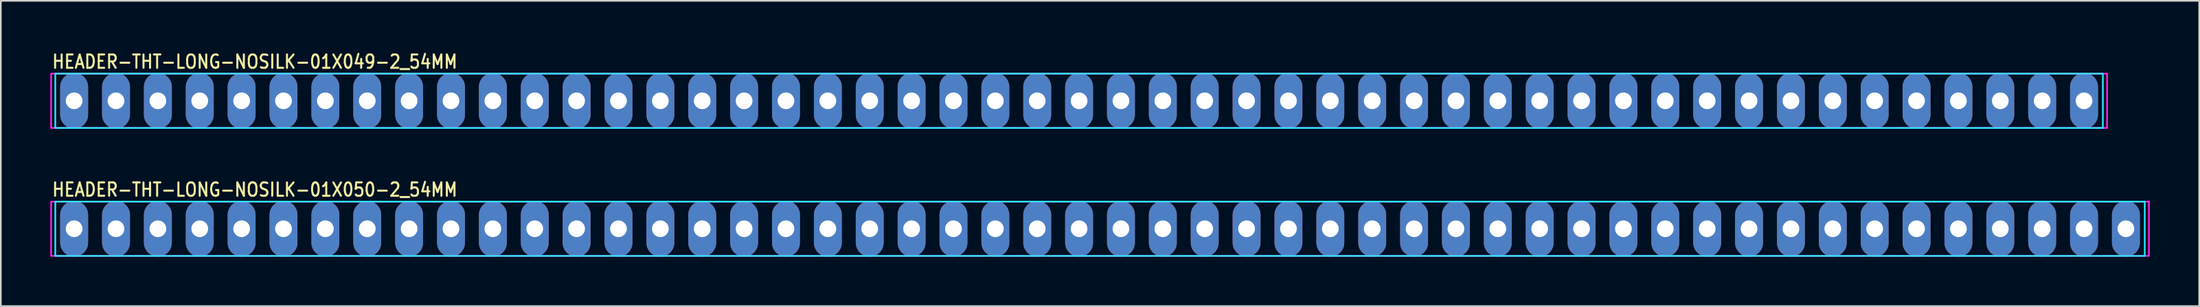
<source format=kicad_pcb>
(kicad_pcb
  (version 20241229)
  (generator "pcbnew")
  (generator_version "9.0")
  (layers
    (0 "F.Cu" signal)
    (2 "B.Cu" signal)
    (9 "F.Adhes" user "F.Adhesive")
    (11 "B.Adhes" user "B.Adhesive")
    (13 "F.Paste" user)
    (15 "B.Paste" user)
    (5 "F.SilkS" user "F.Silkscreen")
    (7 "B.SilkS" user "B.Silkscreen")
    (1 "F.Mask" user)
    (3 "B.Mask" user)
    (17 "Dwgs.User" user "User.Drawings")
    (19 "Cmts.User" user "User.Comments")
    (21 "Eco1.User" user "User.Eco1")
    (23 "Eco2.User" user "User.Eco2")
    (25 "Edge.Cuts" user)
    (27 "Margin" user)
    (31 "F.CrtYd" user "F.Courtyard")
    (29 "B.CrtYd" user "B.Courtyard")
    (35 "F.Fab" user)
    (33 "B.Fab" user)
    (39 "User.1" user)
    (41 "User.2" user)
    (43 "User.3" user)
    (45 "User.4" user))
  (footprint "HEADER-THT-LONG-NOSILK-01X049-2_54MM"
    (layer "F.Cu")
    (at 1.447 3.079)
    (property "Reference" "HEADER-THT-LONG-NOSILK-01X049-2_54MM" (at -1.4 -1.9 0) (unlocked yes) (layer "F.SilkS") (effects (font (size 0.813 0.695) (thickness 0.122)) (justify left bottom)))
    (fp_poly (pts (xy -1.143 -1.651) (xy 123.063 -1.651) (xy 123.063 1.651) (xy -1.143 1.651)) (stroke (width 0.1) (type solid)) (fill no) (layer "B.CrtYd"))
    (fp_poly (pts (xy -1.397 -1.651) (xy 123.317 -1.651) (xy 123.317 1.651) (xy -1.397 1.651)) (stroke (width 0.1) (type solid)) (fill no) (layer "F.CrtYd"))
    (pad "1" thru_hole oval (at 0 0 90) (size 3.387 1.693) (drill 1.016) (layers "*.Cu" "*.Mask"))
    (pad "2" thru_hole oval (at 2.54 0 90) (size 3.387 1.693) (drill 1.016) (layers "*.Cu" "*.Mask"))
    (pad "3" thru_hole oval (at 5.08 0 90) (size 3.387 1.693) (drill 1.016) (layers "*.Cu" "*.Mask"))
    (pad "4" thru_hole oval (at 7.62 0 90) (size 3.387 1.693) (drill 1.016) (layers "*.Cu" "*.Mask"))
    (pad "5" thru_hole oval (at 10.16 0 90) (size 3.387 1.693) (drill 1.016) (layers "*.Cu" "*.Mask"))
    (pad "6" thru_hole oval (at 12.7 0 90) (size 3.387 1.693) (drill 1.016) (layers "*.Cu" "*.Mask"))
    (pad "7" thru_hole oval (at 15.24 0 90) (size 3.387 1.693) (drill 1.016) (layers "*.Cu" "*.Mask"))
    (pad "8" thru_hole oval (at 17.78 0 90) (size 3.387 1.693) (drill 1.016) (layers "*.Cu" "*.Mask"))
    (pad "9" thru_hole oval (at 20.32 0 90) (size 3.387 1.693) (drill 1.016) (layers "*.Cu" "*.Mask"))
    (pad "10" thru_hole oval (at 22.86 0 90) (size 3.387 1.693) (drill 1.016) (layers "*.Cu" "*.Mask"))
    (pad "11" thru_hole oval (at 25.4 0 90) (size 3.387 1.693) (drill 1.016) (layers "*.Cu" "*.Mask"))
    (pad "12" thru_hole oval (at 27.94 0 90) (size 3.387 1.693) (drill 1.016) (layers "*.Cu" "*.Mask"))
    (pad "13" thru_hole oval (at 30.48 0 90) (size 3.387 1.693) (drill 1.016) (layers "*.Cu" "*.Mask"))
    (pad "14" thru_hole oval (at 33.02 0 90) (size 3.387 1.693) (drill 1.016) (layers "*.Cu" "*.Mask"))
    (pad "15" thru_hole oval (at 35.56 0 90) (size 3.387 1.693) (drill 1.016) (layers "*.Cu" "*.Mask"))
    (pad "16" thru_hole oval (at 38.1 0 90) (size 3.387 1.693) (drill 1.016) (layers "*.Cu" "*.Mask"))
    (pad "17" thru_hole oval (at 40.64 0 90) (size 3.387 1.693) (drill 1.016) (layers "*.Cu" "*.Mask"))
    (pad "18" thru_hole oval (at 43.18 0 90) (size 3.387 1.693) (drill 1.016) (layers "*.Cu" "*.Mask"))
    (pad "19" thru_hole oval (at 45.72 0 90) (size 3.387 1.693) (drill 1.016) (layers "*.Cu" "*.Mask"))
    (pad "20" thru_hole oval (at 48.26 0 90) (size 3.387 1.693) (drill 1.016) (layers "*.Cu" "*.Mask"))
    (pad "21" thru_hole oval (at 50.8 0 90) (size 3.387 1.693) (drill 1.016) (layers "*.Cu" "*.Mask"))
    (pad "22" thru_hole oval (at 53.34 0 90) (size 3.387 1.693) (drill 1.016) (layers "*.Cu" "*.Mask"))
    (pad "23" thru_hole oval (at 55.88 0 90) (size 3.387 1.693) (drill 1.016) (layers "*.Cu" "*.Mask"))
    (pad "24" thru_hole oval (at 58.42 0 90) (size 3.387 1.693) (drill 1.016) (layers "*.Cu" "*.Mask"))
    (pad "25" thru_hole oval (at 60.96 0 90) (size 3.387 1.693) (drill 1.016) (layers "*.Cu" "*.Mask"))
    (pad "26" thru_hole oval (at 63.5 0 90) (size 3.387 1.693) (drill 1.016) (layers "*.Cu" "*.Mask"))
    (pad "27" thru_hole oval (at 66.04 0 90) (size 3.387 1.693) (drill 1.016) (layers "*.Cu" "*.Mask"))
    (pad "28" thru_hole oval (at 68.58 0 90) (size 3.387 1.693) (drill 1.016) (layers "*.Cu" "*.Mask"))
    (pad "29" thru_hole oval (at 71.12 0 90) (size 3.387 1.693) (drill 1.016) (layers "*.Cu" "*.Mask"))
    (pad "30" thru_hole oval (at 73.66 0 90) (size 3.387 1.693) (drill 1.016) (layers "*.Cu" "*.Mask"))
    (pad "31" thru_hole oval (at 76.2 0 90) (size 3.387 1.693) (drill 1.016) (layers "*.Cu" "*.Mask"))
    (pad "32" thru_hole oval (at 78.74 0 90) (size 3.387 1.693) (drill 1.016) (layers "*.Cu" "*.Mask"))
    (pad "33" thru_hole oval (at 81.28 0 90) (size 3.387 1.693) (drill 1.016) (layers "*.Cu" "*.Mask"))
    (pad "34" thru_hole oval (at 83.82 0 90) (size 3.387 1.693) (drill 1.016) (layers "*.Cu" "*.Mask"))
    (pad "35" thru_hole oval (at 86.36 0 90) (size 3.387 1.693) (drill 1.016) (layers "*.Cu" "*.Mask"))
    (pad "36" thru_hole oval (at 88.9 0 90) (size 3.387 1.693) (drill 1.016) (layers "*.Cu" "*.Mask"))
    (pad "37" thru_hole oval (at 91.44 0 90) (size 3.387 1.693) (drill 1.016) (layers "*.Cu" "*.Mask"))
    (pad "38" thru_hole oval (at 93.98 0 90) (size 3.387 1.693) (drill 1.016) (layers "*.Cu" "*.Mask"))
    (pad "39" thru_hole oval (at 96.52 0 90) (size 3.387 1.693) (drill 1.016) (layers "*.Cu" "*.Mask"))
    (pad "40" thru_hole oval (at 99.06 0 90) (size 3.387 1.693) (drill 1.016) (layers "*.Cu" "*.Mask"))
    (pad "41" thru_hole oval (at 101.6 0 90) (size 3.387 1.693) (drill 1.016) (layers "*.Cu" "*.Mask"))
    (pad "42" thru_hole oval (at 104.14 0 90) (size 3.387 1.693) (drill 1.016) (layers "*.Cu" "*.Mask"))
    (pad "43" thru_hole oval (at 106.68 0 90) (size 3.387 1.693) (drill 1.016) (layers "*.Cu" "*.Mask"))
    (pad "44" thru_hole oval (at 109.22 0 90) (size 3.387 1.693) (drill 1.016) (layers "*.Cu" "*.Mask"))
    (pad "45" thru_hole oval (at 111.76 0 90) (size 3.387 1.693) (drill 1.016) (layers "*.Cu" "*.Mask"))
    (pad "46" thru_hole oval (at 114.3 0 90) (size 3.387 1.693) (drill 1.016) (layers "*.Cu" "*.Mask"))
    (pad "47" thru_hole oval (at 116.84 0 90) (size 3.387 1.693) (drill 1.016) (layers "*.Cu" "*.Mask"))
    (pad "48" thru_hole oval (at 119.38 0 90) (size 3.387 1.693) (drill 1.016) (layers "*.Cu" "*.Mask"))
    (pad "49" thru_hole oval (at 121.92 0 90) (size 3.387 1.693) (drill 1.016) (layers "*.Cu" "*.Mask")))
  (footprint "HEADER-THT-LONG-NOSILK-01X050-2_54MM"
    (layer "F.Cu")
    (at 1.447 10.858)
    (property "Reference" "HEADER-THT-LONG-NOSILK-01X050-2_54MM" (at -1.4 -1.9 0) (unlocked yes) (layer "F.SilkS") (effects (font (size 0.813 0.695) (thickness 0.122)) (justify left bottom)))
    (fp_poly (pts (xy -1.143 -1.651) (xy 125.603 -1.651) (xy 125.603 1.651) (xy -1.143 1.651)) (stroke (width 0.1) (type solid)) (fill no) (layer "B.CrtYd"))
    (fp_poly (pts (xy -1.397 -1.651) (xy 125.857 -1.651) (xy 125.857 1.651) (xy -1.397 1.651)) (stroke (width 0.1) (type solid)) (fill no) (layer "F.CrtYd"))
    (pad "1" thru_hole oval (at 0 0 90) (size 3.387 1.693) (drill 1.016) (layers "*.Cu" "*.Mask"))
    (pad "2" thru_hole oval (at 2.54 0 90) (size 3.387 1.693) (drill 1.016) (layers "*.Cu" "*.Mask"))
    (pad "3" thru_hole oval (at 5.08 0 90) (size 3.387 1.693) (drill 1.016) (layers "*.Cu" "*.Mask"))
    (pad "4" thru_hole oval (at 7.62 0 90) (size 3.387 1.693) (drill 1.016) (layers "*.Cu" "*.Mask"))
    (pad "5" thru_hole oval (at 10.16 0 90) (size 3.387 1.693) (drill 1.016) (layers "*.Cu" "*.Mask"))
    (pad "6" thru_hole oval (at 12.7 0 90) (size 3.387 1.693) (drill 1.016) (layers "*.Cu" "*.Mask"))
    (pad "7" thru_hole oval (at 15.24 0 90) (size 3.387 1.693) (drill 1.016) (layers "*.Cu" "*.Mask"))
    (pad "8" thru_hole oval (at 17.78 0 90) (size 3.387 1.693) (drill 1.016) (layers "*.Cu" "*.Mask"))
    (pad "9" thru_hole oval (at 20.32 0 90) (size 3.387 1.693) (drill 1.016) (layers "*.Cu" "*.Mask"))
    (pad "10" thru_hole oval (at 22.86 0 90) (size 3.387 1.693) (drill 1.016) (layers "*.Cu" "*.Mask"))
    (pad "11" thru_hole oval (at 25.4 0 90) (size 3.387 1.693) (drill 1.016) (layers "*.Cu" "*.Mask"))
    (pad "12" thru_hole oval (at 27.94 0 90) (size 3.387 1.693) (drill 1.016) (layers "*.Cu" "*.Mask"))
    (pad "13" thru_hole oval (at 30.48 0 90) (size 3.387 1.693) (drill 1.016) (layers "*.Cu" "*.Mask"))
    (pad "14" thru_hole oval (at 33.02 0 90) (size 3.387 1.693) (drill 1.016) (layers "*.Cu" "*.Mask"))
    (pad "15" thru_hole oval (at 35.56 0 90) (size 3.387 1.693) (drill 1.016) (layers "*.Cu" "*.Mask"))
    (pad "16" thru_hole oval (at 38.1 0 90) (size 3.387 1.693) (drill 1.016) (layers "*.Cu" "*.Mask"))
    (pad "17" thru_hole oval (at 40.64 0 90) (size 3.387 1.693) (drill 1.016) (layers "*.Cu" "*.Mask"))
    (pad "18" thru_hole oval (at 43.18 0 90) (size 3.387 1.693) (drill 1.016) (layers "*.Cu" "*.Mask"))
    (pad "19" thru_hole oval (at 45.72 0 90) (size 3.387 1.693) (drill 1.016) (layers "*.Cu" "*.Mask"))
    (pad "20" thru_hole oval (at 48.26 0 90) (size 3.387 1.693) (drill 1.016) (layers "*.Cu" "*.Mask"))
    (pad "21" thru_hole oval (at 50.8 0 90) (size 3.387 1.693) (drill 1.016) (layers "*.Cu" "*.Mask"))
    (pad "22" thru_hole oval (at 53.34 0 90) (size 3.387 1.693) (drill 1.016) (layers "*.Cu" "*.Mask"))
    (pad "23" thru_hole oval (at 55.88 0 90) (size 3.387 1.693) (drill 1.016) (layers "*.Cu" "*.Mask"))
    (pad "24" thru_hole oval (at 58.42 0 90) (size 3.387 1.693) (drill 1.016) (layers "*.Cu" "*.Mask"))
    (pad "25" thru_hole oval (at 60.96 0 90) (size 3.387 1.693) (drill 1.016) (layers "*.Cu" "*.Mask"))
    (pad "26" thru_hole oval (at 63.5 0 90) (size 3.387 1.693) (drill 1.016) (layers "*.Cu" "*.Mask"))
    (pad "27" thru_hole oval (at 66.04 0 90) (size 3.387 1.693) (drill 1.016) (layers "*.Cu" "*.Mask"))
    (pad "28" thru_hole oval (at 68.58 0 90) (size 3.387 1.693) (drill 1.016) (layers "*.Cu" "*.Mask"))
    (pad "29" thru_hole oval (at 71.12 0 90) (size 3.387 1.693) (drill 1.016) (layers "*.Cu" "*.Mask"))
    (pad "30" thru_hole oval (at 73.66 0 90) (size 3.387 1.693) (drill 1.016) (layers "*.Cu" "*.Mask"))
    (pad "31" thru_hole oval (at 76.2 0 90) (size 3.387 1.693) (drill 1.016) (layers "*.Cu" "*.Mask"))
    (pad "32" thru_hole oval (at 78.74 0 90) (size 3.387 1.693) (drill 1.016) (layers "*.Cu" "*.Mask"))
    (pad "33" thru_hole oval (at 81.28 0 90) (size 3.387 1.693) (drill 1.016) (layers "*.Cu" "*.Mask"))
    (pad "34" thru_hole oval (at 83.82 0 90) (size 3.387 1.693) (drill 1.016) (layers "*.Cu" "*.Mask"))
    (pad "35" thru_hole oval (at 86.36 0 90) (size 3.387 1.693) (drill 1.016) (layers "*.Cu" "*.Mask"))
    (pad "36" thru_hole oval (at 88.9 0 90) (size 3.387 1.693) (drill 1.016) (layers "*.Cu" "*.Mask"))
    (pad "37" thru_hole oval (at 91.44 0 90) (size 3.387 1.693) (drill 1.016) (layers "*.Cu" "*.Mask"))
    (pad "38" thru_hole oval (at 93.98 0 90) (size 3.387 1.693) (drill 1.016) (layers "*.Cu" "*.Mask"))
    (pad "39" thru_hole oval (at 96.52 0 90) (size 3.387 1.693) (drill 1.016) (layers "*.Cu" "*.Mask"))
    (pad "40" thru_hole oval (at 99.06 0 90) (size 3.387 1.693) (drill 1.016) (layers "*.Cu" "*.Mask"))
    (pad "41" thru_hole oval (at 101.6 0 90) (size 3.387 1.693) (drill 1.016) (layers "*.Cu" "*.Mask"))
    (pad "42" thru_hole oval (at 104.14 0 90) (size 3.387 1.693) (drill 1.016) (layers "*.Cu" "*.Mask"))
    (pad "43" thru_hole oval (at 106.68 0 90) (size 3.387 1.693) (drill 1.016) (layers "*.Cu" "*.Mask"))
    (pad "44" thru_hole oval (at 109.22 0 90) (size 3.387 1.693) (drill 1.016) (layers "*.Cu" "*.Mask"))
    (pad "45" thru_hole oval (at 111.76 0 90) (size 3.387 1.693) (drill 1.016) (layers "*.Cu" "*.Mask"))
    (pad "46" thru_hole oval (at 114.3 0 90) (size 3.387 1.693) (drill 1.016) (layers "*.Cu" "*.Mask"))
    (pad "47" thru_hole oval (at 116.84 0 90) (size 3.387 1.693) (drill 1.016) (layers "*.Cu" "*.Mask"))
    (pad "48" thru_hole oval (at 119.38 0 90) (size 3.387 1.693) (drill 1.016) (layers "*.Cu" "*.Mask"))
    (pad "49" thru_hole oval (at 121.92 0 90) (size 3.387 1.693) (drill 1.016) (layers "*.Cu" "*.Mask"))
    (pad "50" thru_hole oval (at 124.46 0 90) (size 3.387 1.693) (drill 1.016) (layers "*.Cu" "*.Mask")))
  (gr_rect
    (start -3 -3)
    (end 130.354 15.559)
    (stroke (width 0.1) (type default))
    (fill no)
    (layer "Edge.Cuts")))
</source>
